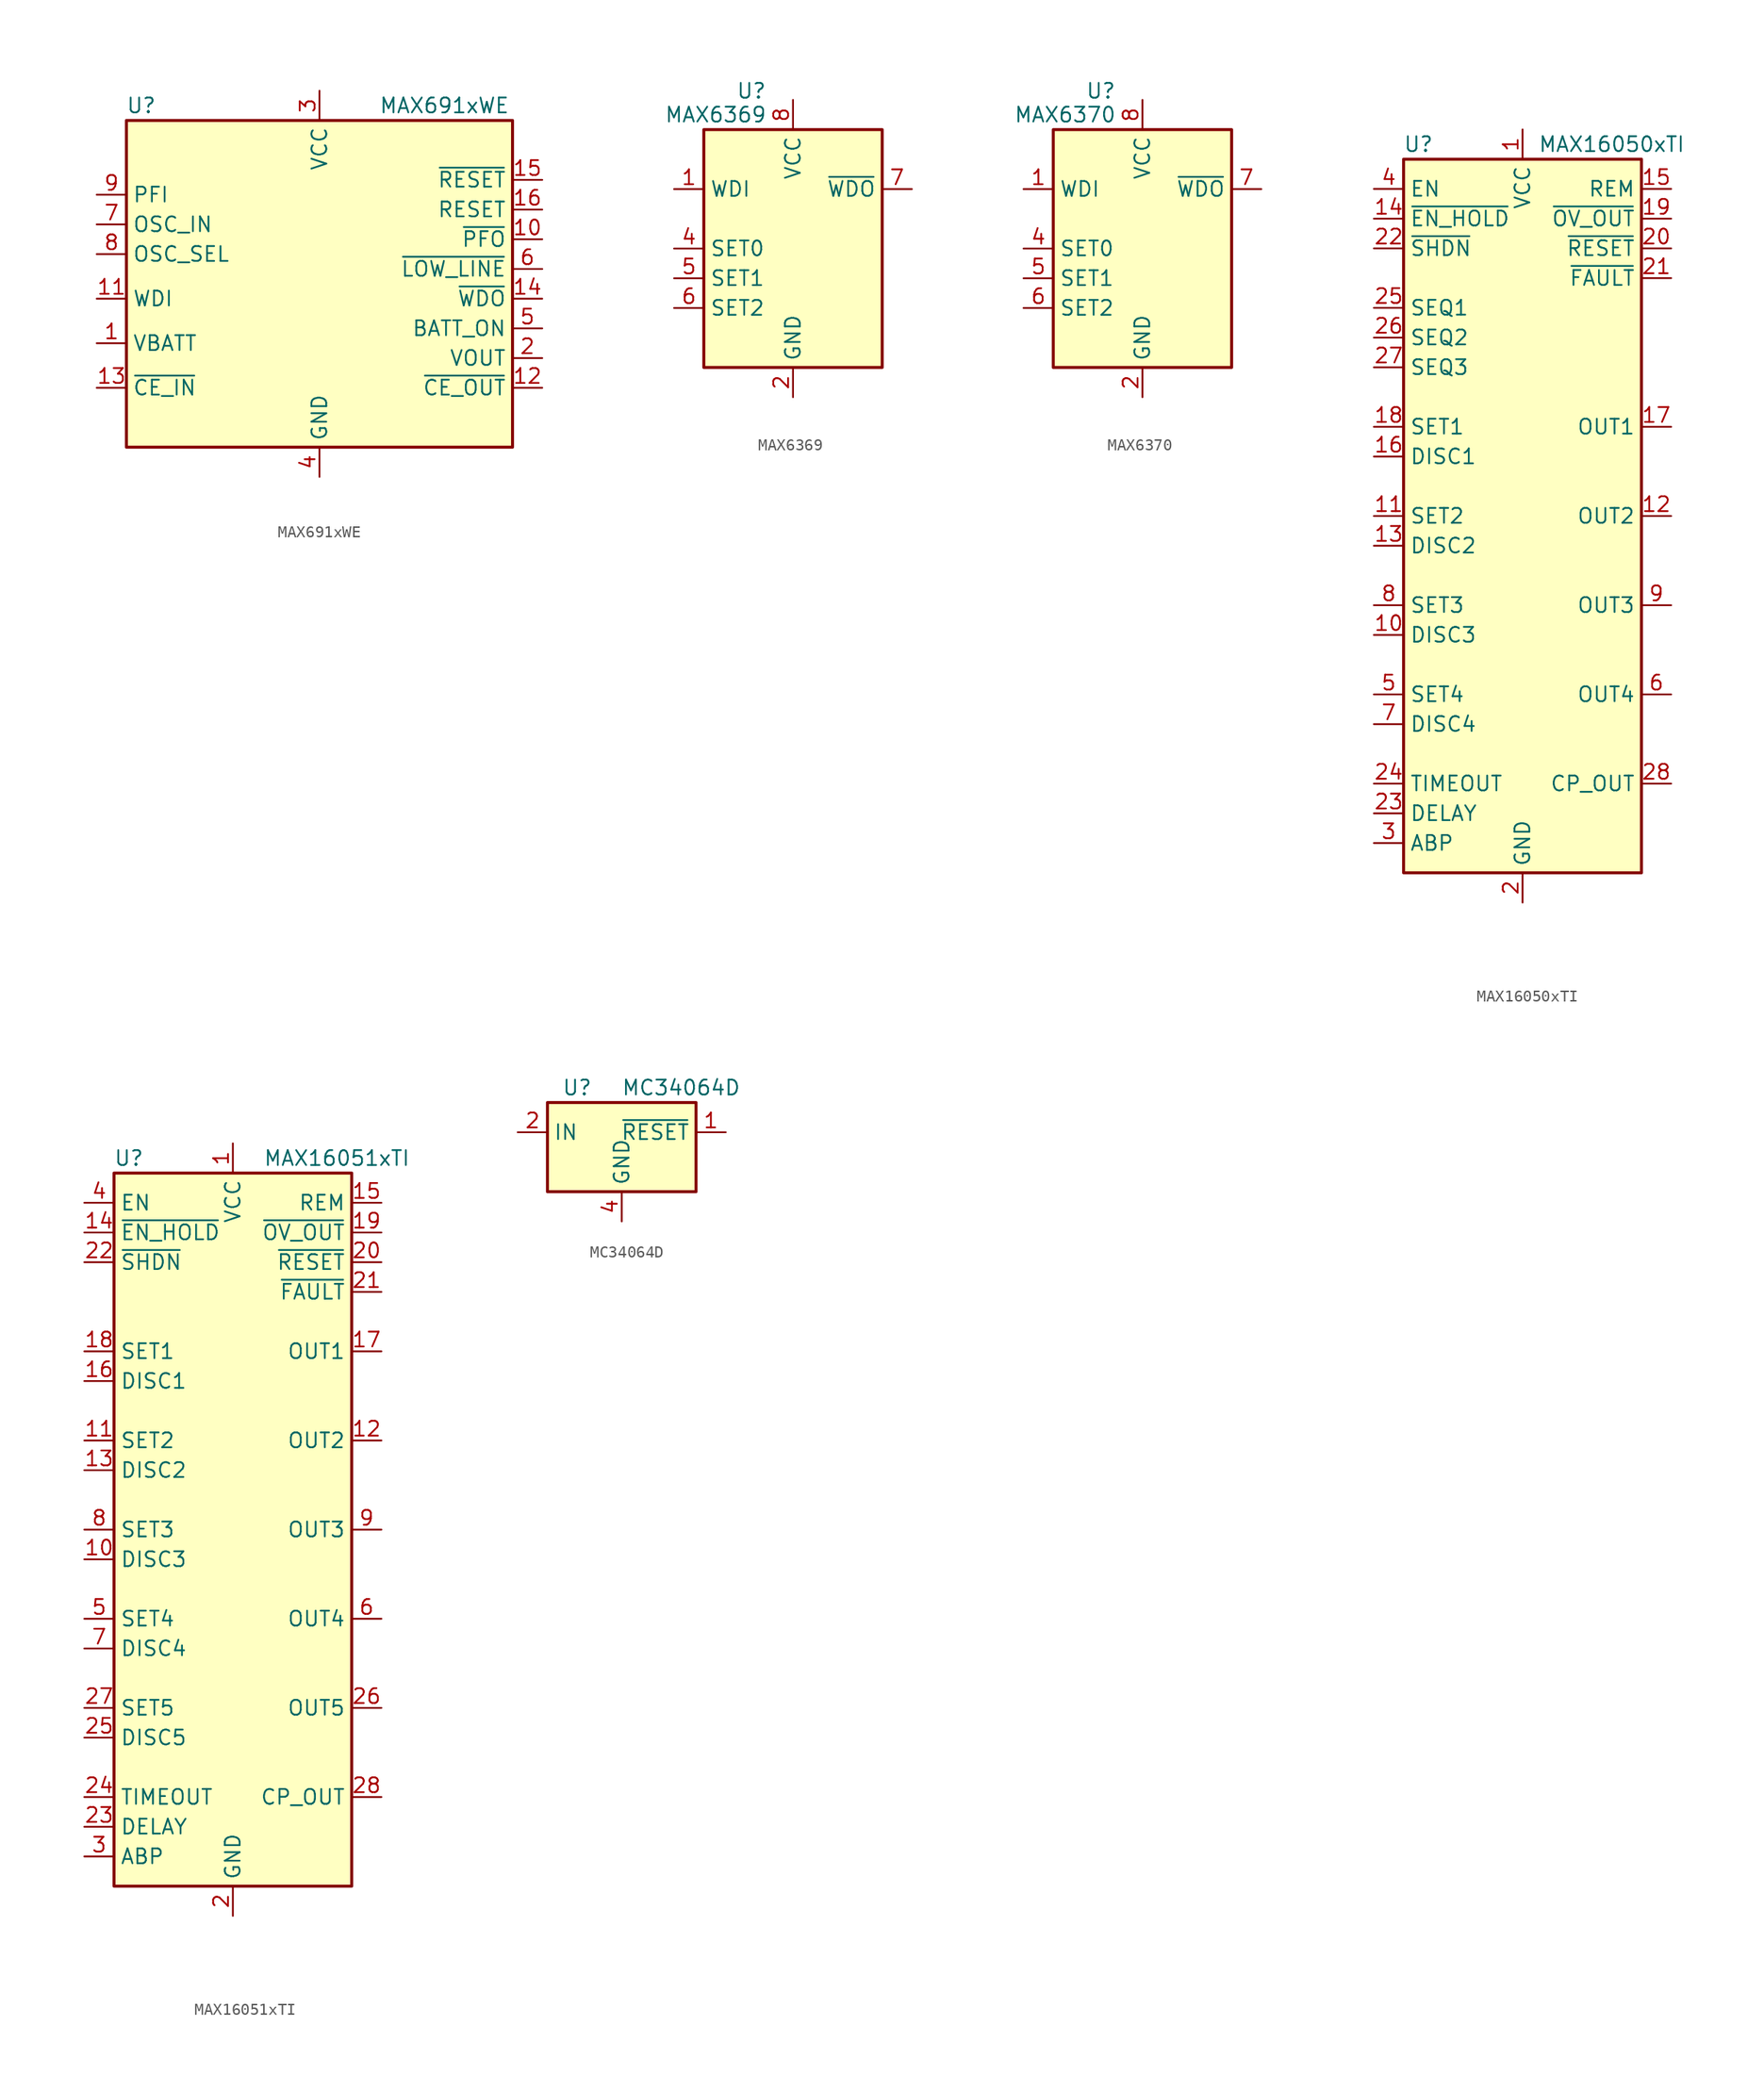
<source format=kicad_sym>
(kicad_symbol_lib
  (version 20220914)
  (generator kicad_symbol_editor)
  (symbol "MAX691xWE"
    (property "Reference" "U"
      (at -15.24 13.97 0)
      (effects (font (size 1.27 1.27))))
    (property "Value" "MAX691xWE"
      (at 5.08 13.97 0)
      (effects (font (size 1.27 1.27)) (justify left)))
    (symbol "MAX691xWE_0_1"
      (rectangle (start 16.51 12.7) (end -16.51 -15.24) (stroke (width 0.254) (type default)) (fill (type background))))
    (symbol "MAX691xWE_1_1"
      (pin power_in line (at -19.05 -6.35 0) (length 2.54) (name "VBATT" (effects (font (size 1.27 1.27)))) (number "1" (effects (font (size 1.27 1.27)))))
      (pin output line (at 19.05 2.54 180) (length 2.54) (name "~{PFO}" (effects (font (size 1.27 1.27)))) (number "10" (effects (font (size 1.27 1.27)))))
      (pin input line (at -19.05 -2.54 0) (length 2.54) (name "WDI" (effects (font (size 1.27 1.27)))) (number "11" (effects (font (size 1.27 1.27)))))
      (pin output line (at 19.05 -10.16 180) (length 2.54) (name "~{CE_OUT}" (effects (font (size 1.27 1.27)))) (number "12" (effects (font (size 1.27 1.27)))))
      (pin input line (at -19.05 -10.16 0) (length 2.54) (name "~{CE_IN}" (effects (font (size 1.27 1.27)))) (number "13" (effects (font (size 1.27 1.27)))))
      (pin output line (at 19.05 -2.54 180) (length 2.54) (name "~{WDO}" (effects (font (size 1.27 1.27)))) (number "14" (effects (font (size 1.27 1.27)))))
      (pin output line (at 19.05 7.62 180) (length 2.54) (name "~{RESET}" (effects (font (size 1.27 1.27)))) (number "15" (effects (font (size 1.27 1.27)))))
      (pin output line (at 19.05 5.08 180) (length 2.54) (name "RESET" (effects (font (size 1.27 1.27)))) (number "16" (effects (font (size 1.27 1.27)))))
      (pin power_out line (at 19.05 -7.62 180) (length 2.54) (name "VOUT" (effects (font (size 1.27 1.27)))) (number "2" (effects (font (size 1.27 1.27)))))
      (pin power_in line (at 0 15.24 270) (length 2.54) (name "VCC" (effects (font (size 1.27 1.27)))) (number "3" (effects (font (size 1.27 1.27)))))
      (pin power_in line (at 0 -17.78 90) (length 2.54) (name "GND" (effects (font (size 1.27 1.27)))) (number "4" (effects (font (size 1.27 1.27)))))
      (pin output line (at 19.05 -5.08 180) (length 2.54) (name "BATT_ON" (effects (font (size 1.27 1.27)))) (number "5" (effects (font (size 1.27 1.27)))))
      (pin output line (at 19.05 0 180) (length 2.54) (name "~{LOW_LINE}" (effects (font (size 1.27 1.27)))) (number "6" (effects (font (size 1.27 1.27)))))
      (pin input line (at -19.05 3.81 0) (length 2.54) (name "OSC_IN" (effects (font (size 1.27 1.27)))) (number "7" (effects (font (size 1.27 1.27)))))
      (pin input line (at -19.05 1.27 0) (length 2.54) (name "OSC_SEL" (effects (font (size 1.27 1.27)))) (number "8" (effects (font (size 1.27 1.27)))))
      (pin input line (at -19.05 6.35 0) (length 2.54) (name "PFI" (effects (font (size 1.27 1.27)))) (number "9" (effects (font (size 1.27 1.27)))))))
  (symbol "MAX6369"
    (property "Reference" "U"
      (at -3.556 13.462 0)
      (effects (font (size 1.27 1.27))))
    (property "Value" "MAX6369"
      (at -6.604 11.43 0)
      (effects (font (size 1.27 1.27))))
    (symbol "MAX6369_0_1"
      (rectangle (start -7.62 10.16) (end 7.62 -10.16) (stroke (width 0.254) (type default)) (fill (type background))))
    (symbol "MAX6369_1_1"
      (pin input line (at -10.16 5.08 0) (length 2.54) (name "WDI" (effects (font (size 1.27 1.27)))) (number "1" (effects (font (size 1.27 1.27)))))
      (pin power_in line (at 0 -12.7 90) (length 2.54) (name "GND" (effects (font (size 1.27 1.27)))) (number "2" (effects (font (size 1.27 1.27)))))
      (pin no_connect line (at 7.62 -5.08 180) (length 2.54) hide (name "NC" (effects (font (size 1.27 1.27)))) (number "3" (effects (font (size 1.27 1.27)))))
      (pin input line (at -10.16 0 0) (length 2.54) (name "SET0" (effects (font (size 1.27 1.27)))) (number "4" (effects (font (size 1.27 1.27)))))
      (pin input line (at -10.16 -2.54 0) (length 2.54) (name "SET1" (effects (font (size 1.27 1.27)))) (number "5" (effects (font (size 1.27 1.27)))))
      (pin input line (at -10.16 -5.08 0) (length 2.54) (name "SET2" (effects (font (size 1.27 1.27)))) (number "6" (effects (font (size 1.27 1.27)))))
      (pin open_collector line (at 10.16 5.08 180) (length 2.54) (name "~{WDO}" (effects (font (size 1.27 1.27)))) (number "7" (effects (font (size 1.27 1.27)))))
      (pin power_in line (at 0 12.7 270) (length 2.54) (name "VCC" (effects (font (size 1.27 1.27)))) (number "8" (effects (font (size 1.27 1.27)))))))
  (symbol "MAX6370"
    (property "Reference" "U"
      (at -3.556 13.462 0)
      (effects (font (size 1.27 1.27))))
    (property "Value" "MAX6370"
      (at -6.604 11.43 0)
      (effects (font (size 1.27 1.27))))
    (symbol "MAX6370_0_1"
      (rectangle (start -7.62 10.16) (end 7.62 -10.16) (stroke (width 0.254) (type default)) (fill (type background))))
    (symbol "MAX6370_1_1"
      (pin input line (at -10.16 5.08 0) (length 2.54) (name "WDI" (effects (font (size 1.27 1.27)))) (number "1" (effects (font (size 1.27 1.27)))))
      (pin power_in line (at 0 -12.7 90) (length 2.54) (name "GND" (effects (font (size 1.27 1.27)))) (number "2" (effects (font (size 1.27 1.27)))))
      (pin no_connect line (at 7.62 -5.08 180) (length 2.54) hide (name "NC" (effects (font (size 1.27 1.27)))) (number "3" (effects (font (size 1.27 1.27)))))
      (pin input line (at -10.16 0 0) (length 2.54) (name "SET0" (effects (font (size 1.27 1.27)))) (number "4" (effects (font (size 1.27 1.27)))))
      (pin input line (at -10.16 -2.54 0) (length 2.54) (name "SET1" (effects (font (size 1.27 1.27)))) (number "5" (effects (font (size 1.27 1.27)))))
      (pin input line (at -10.16 -5.08 0) (length 2.54) (name "SET2" (effects (font (size 1.27 1.27)))) (number "6" (effects (font (size 1.27 1.27)))))
      (pin output line (at 10.16 5.08 180) (length 2.54) (name "~{WDO}" (effects (font (size 1.27 1.27)))) (number "7" (effects (font (size 1.27 1.27)))))
      (pin power_in line (at 0 12.7 270) (length 2.54) (name "VCC" (effects (font (size 1.27 1.27)))) (number "8" (effects (font (size 1.27 1.27)))))))
  (symbol "MAX16050xTI"
    (property "Reference" "U"
      (at -8.89 31.75 0)
      (effects (font (size 1.27 1.27))))
    (property "Value" "MAX16050xTI"
      (at 7.62 31.75 0)
      (effects (font (size 1.27 1.27))))
    (symbol "MAX16050xTI_0_1"
      (rectangle (start -10.16 30.48) (end 10.16 -30.48) (stroke (width 0.254) (type default)) (fill (type background))))
    (symbol "MAX16050xTI_1_1"
      (pin power_in line (at 0 33.02 270) (length 2.54) (name "VCC" (effects (font (size 1.27 1.27)))) (number "1" (effects (font (size 1.27 1.27)))))
      (pin input line (at -12.7 -10.16 0) (length 2.54) (name "DISC3" (effects (font (size 1.27 1.27)))) (number "10" (effects (font (size 1.27 1.27)))))
      (pin input line (at -12.7 0 0) (length 2.54) (name "SET2" (effects (font (size 1.27 1.27)))) (number "11" (effects (font (size 1.27 1.27)))))
      (pin open_collector line (at 12.7 0 180) (length 2.54) (name "OUT2" (effects (font (size 1.27 1.27)))) (number "12" (effects (font (size 1.27 1.27)))))
      (pin input line (at -12.7 -2.54 0) (length 2.54) (name "DISC2" (effects (font (size 1.27 1.27)))) (number "13" (effects (font (size 1.27 1.27)))))
      (pin input line (at -12.7 25.4 0) (length 2.54) (name "~{EN_HOLD}" (effects (font (size 1.27 1.27)))) (number "14" (effects (font (size 1.27 1.27)))))
      (pin open_collector line (at 12.7 27.94 180) (length 2.54) (name "REM" (effects (font (size 1.27 1.27)))) (number "15" (effects (font (size 1.27 1.27)))))
      (pin input line (at -12.7 5.08 0) (length 2.54) (name "DISC1" (effects (font (size 1.27 1.27)))) (number "16" (effects (font (size 1.27 1.27)))))
      (pin open_collector line (at 12.7 7.62 180) (length 2.54) (name "OUT1" (effects (font (size 1.27 1.27)))) (number "17" (effects (font (size 1.27 1.27)))))
      (pin input line (at -12.7 7.62 0) (length 2.54) (name "SET1" (effects (font (size 1.27 1.27)))) (number "18" (effects (font (size 1.27 1.27)))))
      (pin open_collector line (at 12.7 25.4 180) (length 2.54) (name "~{OV_OUT}" (effects (font (size 1.27 1.27)))) (number "19" (effects (font (size 1.27 1.27)))))
      (pin power_in line (at 0 -33.02 90) (length 2.54) (name "GND" (effects (font (size 1.27 1.27)))) (number "2" (effects (font (size 1.27 1.27)))))
      (pin open_collector line (at 12.7 22.86 180) (length 2.54) (name "~{RESET}" (effects (font (size 1.27 1.27)))) (number "20" (effects (font (size 1.27 1.27)))))
      (pin bidirectional line (at 12.7 20.32 180) (length 2.54) (name "~{FAULT}" (effects (font (size 1.27 1.27)))) (number "21" (effects (font (size 1.27 1.27)))))
      (pin input line (at -12.7 22.86 0) (length 2.54) (name "~{SHDN}" (effects (font (size 1.27 1.27)))) (number "22" (effects (font (size 1.27 1.27)))))
      (pin passive line (at -12.7 -25.4 0) (length 2.54) (name "DELAY" (effects (font (size 1.27 1.27)))) (number "23" (effects (font (size 1.27 1.27)))))
      (pin passive line (at -12.7 -22.86 0) (length 2.54) (name "TIMEOUT" (effects (font (size 1.27 1.27)))) (number "24" (effects (font (size 1.27 1.27)))))
      (pin input line (at -12.7 17.78 0) (length 2.54) (name "SEQ1" (effects (font (size 1.27 1.27)))) (number "25" (effects (font (size 1.27 1.27)))))
      (pin input line (at -12.7 15.24 0) (length 2.54) (name "SEQ2" (effects (font (size 1.27 1.27)))) (number "26" (effects (font (size 1.27 1.27)))))
      (pin input line (at -12.7 12.7 0) (length 2.54) (name "SEQ3" (effects (font (size 1.27 1.27)))) (number "27" (effects (font (size 1.27 1.27)))))
      (pin power_out line (at 12.7 -22.86 180) (length 2.54) (name "CP_OUT" (effects (font (size 1.27 1.27)))) (number "28" (effects (font (size 1.27 1.27)))))
      (pin passive line (at 0 -33.02 90) (length 2.54) hide (name "GND" (effects (font (size 1.27 1.27)))) (number "29" (effects (font (size 1.27 1.27)))))
      (pin passive line (at -12.7 -27.94 0) (length 2.54) (name "ABP" (effects (font (size 1.27 1.27)))) (number "3" (effects (font (size 1.27 1.27)))))
      (pin input line (at -12.7 27.94 0) (length 2.54) (name "EN" (effects (font (size 1.27 1.27)))) (number "4" (effects (font (size 1.27 1.27)))))
      (pin input line (at -12.7 -15.24 0) (length 2.54) (name "SET4" (effects (font (size 1.27 1.27)))) (number "5" (effects (font (size 1.27 1.27)))))
      (pin open_collector line (at 12.7 -15.24 180) (length 2.54) (name "OUT4" (effects (font (size 1.27 1.27)))) (number "6" (effects (font (size 1.27 1.27)))))
      (pin input line (at -12.7 -17.78 0) (length 2.54) (name "DISC4" (effects (font (size 1.27 1.27)))) (number "7" (effects (font (size 1.27 1.27)))))
      (pin input line (at -12.7 -7.62 0) (length 2.54) (name "SET3" (effects (font (size 1.27 1.27)))) (number "8" (effects (font (size 1.27 1.27)))))
      (pin open_collector line (at 12.7 -7.62 180) (length 2.54) (name "OUT3" (effects (font (size 1.27 1.27)))) (number "9" (effects (font (size 1.27 1.27)))))))
  (symbol "MAX16051xTI"
    (property "Reference" "U"
      (at -8.89 31.75 0)
      (effects (font (size 1.27 1.27))))
    (property "Value" "MAX16051xTI"
      (at 8.89 31.75 0)
      (effects (font (size 1.27 1.27))))
    (symbol "MAX16051xTI_0_1"
      (rectangle (start -10.16 30.48) (end 10.16 -30.48) (stroke (width 0.254) (type default)) (fill (type background))))
    (symbol "MAX16051xTI_1_1"
      (pin power_in line (at 0 33.02 270) (length 2.54) (name "VCC" (effects (font (size 1.27 1.27)))) (number "1" (effects (font (size 1.27 1.27)))))
      (pin input line (at -12.7 -2.54 0) (length 2.54) (name "DISC3" (effects (font (size 1.27 1.27)))) (number "10" (effects (font (size 1.27 1.27)))))
      (pin input line (at -12.7 7.62 0) (length 2.54) (name "SET2" (effects (font (size 1.27 1.27)))) (number "11" (effects (font (size 1.27 1.27)))))
      (pin open_collector line (at 12.7 7.62 180) (length 2.54) (name "OUT2" (effects (font (size 1.27 1.27)))) (number "12" (effects (font (size 1.27 1.27)))))
      (pin input line (at -12.7 5.08 0) (length 2.54) (name "DISC2" (effects (font (size 1.27 1.27)))) (number "13" (effects (font (size 1.27 1.27)))))
      (pin input line (at -12.7 25.4 0) (length 2.54) (name "~{EN_HOLD}" (effects (font (size 1.27 1.27)))) (number "14" (effects (font (size 1.27 1.27)))))
      (pin open_collector line (at 12.7 27.94 180) (length 2.54) (name "REM" (effects (font (size 1.27 1.27)))) (number "15" (effects (font (size 1.27 1.27)))))
      (pin input line (at -12.7 12.7 0) (length 2.54) (name "DISC1" (effects (font (size 1.27 1.27)))) (number "16" (effects (font (size 1.27 1.27)))))
      (pin open_collector line (at 12.7 15.24 180) (length 2.54) (name "OUT1" (effects (font (size 1.27 1.27)))) (number "17" (effects (font (size 1.27 1.27)))))
      (pin input line (at -12.7 15.24 0) (length 2.54) (name "SET1" (effects (font (size 1.27 1.27)))) (number "18" (effects (font (size 1.27 1.27)))))
      (pin open_collector line (at 12.7 25.4 180) (length 2.54) (name "~{OV_OUT}" (effects (font (size 1.27 1.27)))) (number "19" (effects (font (size 1.27 1.27)))))
      (pin power_in line (at 0 -33.02 90) (length 2.54) (name "GND" (effects (font (size 1.27 1.27)))) (number "2" (effects (font (size 1.27 1.27)))))
      (pin open_collector line (at 12.7 22.86 180) (length 2.54) (name "~{RESET}" (effects (font (size 1.27 1.27)))) (number "20" (effects (font (size 1.27 1.27)))))
      (pin bidirectional line (at 12.7 20.32 180) (length 2.54) (name "~{FAULT}" (effects (font (size 1.27 1.27)))) (number "21" (effects (font (size 1.27 1.27)))))
      (pin input line (at -12.7 22.86 0) (length 2.54) (name "~{SHDN}" (effects (font (size 1.27 1.27)))) (number "22" (effects (font (size 1.27 1.27)))))
      (pin passive line (at -12.7 -25.4 0) (length 2.54) (name "DELAY" (effects (font (size 1.27 1.27)))) (number "23" (effects (font (size 1.27 1.27)))))
      (pin passive line (at -12.7 -22.86 0) (length 2.54) (name "TIMEOUT" (effects (font (size 1.27 1.27)))) (number "24" (effects (font (size 1.27 1.27)))))
      (pin input line (at -12.7 -17.78 0) (length 2.54) (name "DISC5" (effects (font (size 1.27 1.27)))) (number "25" (effects (font (size 1.27 1.27)))))
      (pin open_collector line (at 12.7 -15.24 180) (length 2.54) (name "OUT5" (effects (font (size 1.27 1.27)))) (number "26" (effects (font (size 1.27 1.27)))))
      (pin input line (at -12.7 -15.24 0) (length 2.54) (name "SET5" (effects (font (size 1.27 1.27)))) (number "27" (effects (font (size 1.27 1.27)))))
      (pin power_out line (at 12.7 -22.86 180) (length 2.54) (name "CP_OUT" (effects (font (size 1.27 1.27)))) (number "28" (effects (font (size 1.27 1.27)))))
      (pin passive line (at 0 -33.02 90) (length 2.54) hide (name "GND" (effects (font (size 1.27 1.27)))) (number "29" (effects (font (size 1.27 1.27)))))
      (pin passive line (at -12.7 -27.94 0) (length 2.54) (name "ABP" (effects (font (size 1.27 1.27)))) (number "3" (effects (font (size 1.27 1.27)))))
      (pin input line (at -12.7 27.94 0) (length 2.54) (name "EN" (effects (font (size 1.27 1.27)))) (number "4" (effects (font (size 1.27 1.27)))))
      (pin input line (at -12.7 -7.62 0) (length 2.54) (name "SET4" (effects (font (size 1.27 1.27)))) (number "5" (effects (font (size 1.27 1.27)))))
      (pin open_collector line (at 12.7 -7.62 180) (length 2.54) (name "OUT4" (effects (font (size 1.27 1.27)))) (number "6" (effects (font (size 1.27 1.27)))))
      (pin input line (at -12.7 -10.16 0) (length 2.54) (name "DISC4" (effects (font (size 1.27 1.27)))) (number "7" (effects (font (size 1.27 1.27)))))
      (pin input line (at -12.7 0 0) (length 2.54) (name "SET3" (effects (font (size 1.27 1.27)))) (number "8" (effects (font (size 1.27 1.27)))))
      (pin open_collector line (at 12.7 0 180) (length 2.54) (name "OUT3" (effects (font (size 1.27 1.27)))) (number "9" (effects (font (size 1.27 1.27)))))))
  (symbol "MC34064D"
    (property "Reference" "U"
      (at -3.81 5.08 0)
      (effects (font (size 1.27 1.27))))
    (property "Value" "MC34064D"
      (at 5.08 5.08 0)
      (effects (font (size 1.27 1.27))))
    (symbol "MC34064D_0_1"
      (rectangle (start -6.35 -3.81) (end 6.35 3.81) (stroke (width 0.254) (type default)) (fill (type background))))
    (symbol "MC34064D_1_1"
      (pin open_collector line (at 8.89 1.27 180) (length 2.54) (name "~{RESET}" (effects (font (size 1.27 1.27)))) (number "1" (effects (font (size 1.27 1.27)))))
      (pin input line (at -8.89 1.27 0) (length 2.54) (name "IN" (effects (font (size 1.27 1.27)))) (number "2" (effects (font (size 1.27 1.27)))))
      (pin no_connect line (at 6.35 -2.54 180) (length 2.54) hide (name "NC" (effects (font (size 1.27 1.27)))) (number "3" (effects (font (size 1.27 1.27)))))
      (pin power_in line (at 0 -6.35 90) (length 2.54) (name "GND" (effects (font (size 1.27 1.27)))) (number "4" (effects (font (size 1.27 1.27)))))
      (pin no_connect line (at 0 3.81 270) (length 2.54) hide (name "NC" (effects (font (size 1.27 1.27)))) (number "5" (effects (font (size 1.27 1.27)))))
      (pin no_connect line (at 2.54 3.81 270) (length 2.54) hide (name "NC" (effects (font (size 1.27 1.27)))) (number "6" (effects (font (size 1.27 1.27)))))
      (pin no_connect line (at -6.35 -2.54 0) (length 2.54) hide (name "NC" (effects (font (size 1.27 1.27)))) (number "7" (effects (font (size 1.27 1.27)))))
      (pin no_connect line (at -2.54 3.81 270) (length 2.54) hide (name "NC" (effects (font (size 1.27 1.27)))) (number "8" (effects (font (size 1.27 1.27))))))))
</source>
